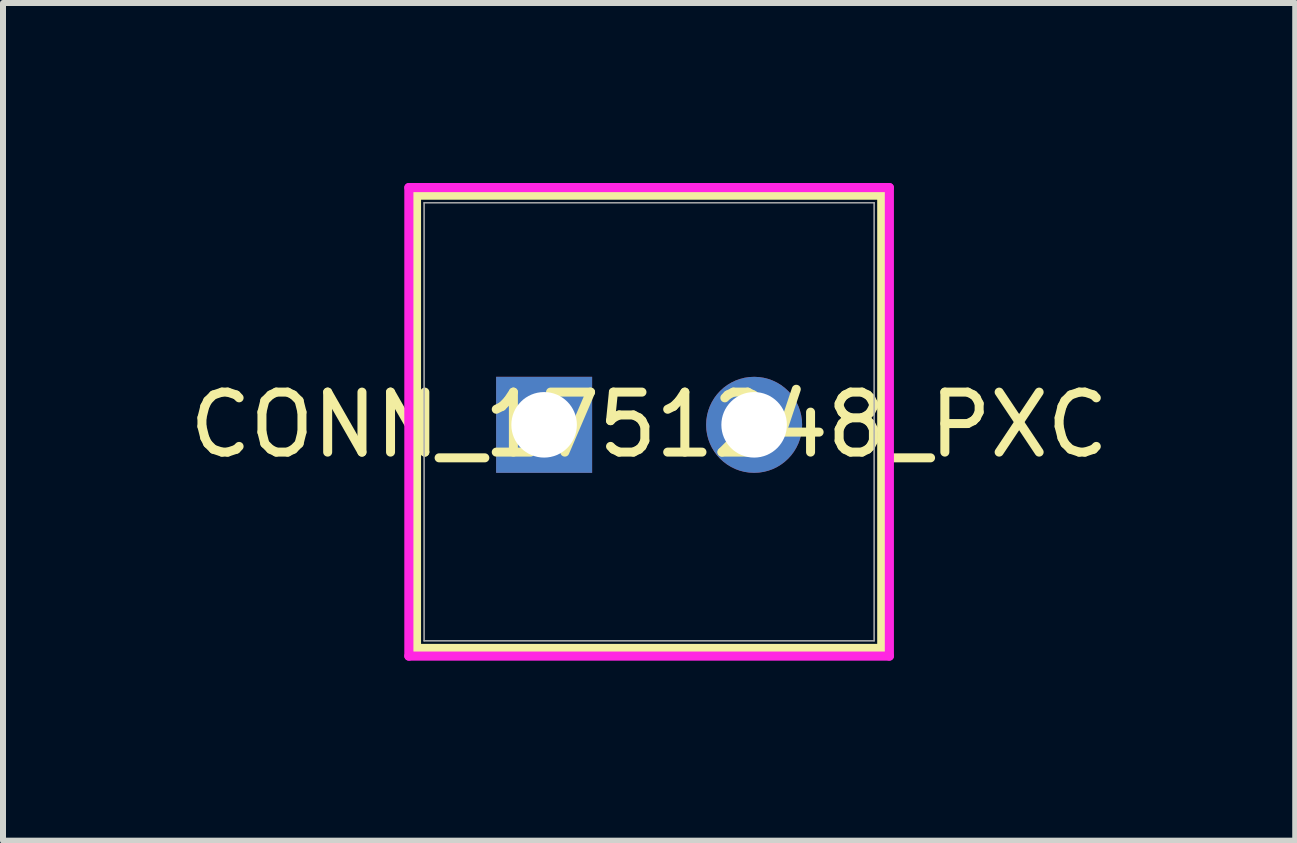
<source format=kicad_pcb>
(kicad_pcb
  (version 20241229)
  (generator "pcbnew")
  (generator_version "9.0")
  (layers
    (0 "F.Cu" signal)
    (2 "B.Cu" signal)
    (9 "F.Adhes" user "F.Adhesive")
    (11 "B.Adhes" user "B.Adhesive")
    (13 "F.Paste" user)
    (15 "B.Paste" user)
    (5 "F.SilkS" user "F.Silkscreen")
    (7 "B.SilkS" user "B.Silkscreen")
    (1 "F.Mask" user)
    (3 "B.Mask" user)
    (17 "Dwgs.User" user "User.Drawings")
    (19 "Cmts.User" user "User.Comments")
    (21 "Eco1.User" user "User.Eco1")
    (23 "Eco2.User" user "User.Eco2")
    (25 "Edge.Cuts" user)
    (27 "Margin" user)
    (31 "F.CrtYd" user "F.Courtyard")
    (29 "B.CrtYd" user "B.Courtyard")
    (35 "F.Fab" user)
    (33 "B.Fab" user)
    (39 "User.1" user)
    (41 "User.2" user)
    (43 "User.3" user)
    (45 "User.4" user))
  (footprint "CONN_1751248_PXC"
    (layer "F.Cu")
    (at 6.018 4.03)
    (property "Reference" "CONN_1751248_PXC" (at 1.75 0 0) (unlocked yes) (layer "F.SilkS") (effects (font (size 1 1) (thickness 0.15))))
    (attr through_hole)
    (fp_line (start -2.127 -3.827) (end -2.127 3.727) (stroke (width 0.152) (type solid)) (layer "F.SilkS"))
    (fp_line (start -2.127 3.727) (end 5.627 3.727) (stroke (width 0.152) (type solid)) (layer "F.SilkS"))
    (fp_line (start 5.627 -3.827) (end -2.127 -3.827) (stroke (width 0.152) (type solid)) (layer "F.SilkS"))
    (fp_line (start 5.627 3.727) (end 5.627 -3.827) (stroke (width 0.152) (type solid)) (layer "F.SilkS"))
    (fp_line (start -2.254 -3.954) (end -2.254 3.854) (stroke (width 0.152) (type solid)) (layer "F.CrtYd"))
    (fp_line (start -2.254 3.854) (end 5.754 3.854) (stroke (width 0.152) (type solid)) (layer "F.CrtYd"))
    (fp_line (start 5.754 -3.954) (end -2.254 -3.954) (stroke (width 0.152) (type solid)) (layer "F.CrtYd"))
    (fp_line (start 5.754 3.854) (end 5.754 -3.954) (stroke (width 0.152) (type solid)) (layer "F.CrtYd"))
    (fp_line (start -2 -3.7) (end -2 3.6) (stroke (width 0.025) (type solid)) (layer "F.Fab"))
    (fp_line (start -2 3.6) (end 5.5 3.6) (stroke (width 0.025) (type solid)) (layer "F.Fab"))
    (fp_line (start 5.5 -3.7) (end -2 -3.7) (stroke (width 0.025) (type solid)) (layer "F.Fab"))
    (fp_line (start 5.5 3.6) (end 5.5 -3.7) (stroke (width 0.025) (type solid)) (layer "F.Fab"))
    (pad "1" thru_hole rect (at -0.000001 0) (size 1.6 1.6) (drill 1.092) (layers "*.Cu" "*.Mask"))
    (pad "2" thru_hole circle (at 3.5 0) (size 1.6 1.6) (drill 1.092) (layers "*.Cu" "*.Mask")))
  (gr_rect
    (start -3 -3)
    (end 18.536 10.96)
    (stroke (width 0.1) (type default))
    (fill no)
    (layer "Edge.Cuts")))
</source>
